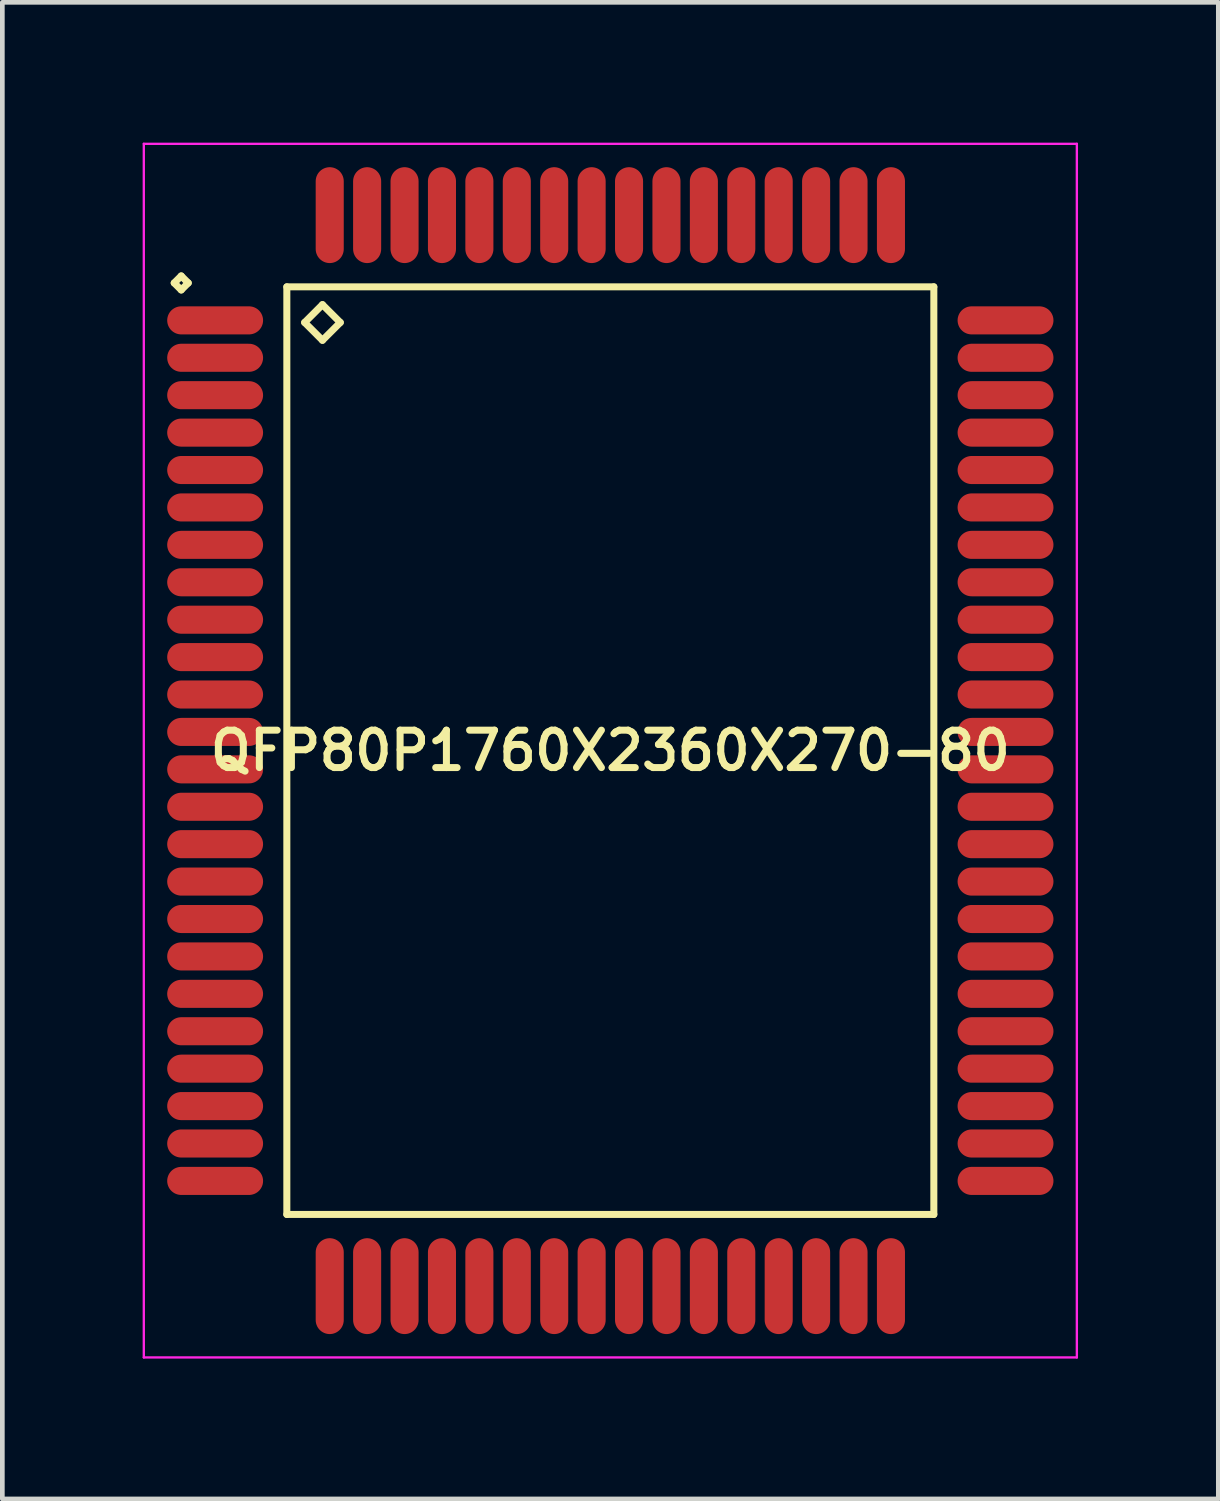
<source format=kicad_pcb>
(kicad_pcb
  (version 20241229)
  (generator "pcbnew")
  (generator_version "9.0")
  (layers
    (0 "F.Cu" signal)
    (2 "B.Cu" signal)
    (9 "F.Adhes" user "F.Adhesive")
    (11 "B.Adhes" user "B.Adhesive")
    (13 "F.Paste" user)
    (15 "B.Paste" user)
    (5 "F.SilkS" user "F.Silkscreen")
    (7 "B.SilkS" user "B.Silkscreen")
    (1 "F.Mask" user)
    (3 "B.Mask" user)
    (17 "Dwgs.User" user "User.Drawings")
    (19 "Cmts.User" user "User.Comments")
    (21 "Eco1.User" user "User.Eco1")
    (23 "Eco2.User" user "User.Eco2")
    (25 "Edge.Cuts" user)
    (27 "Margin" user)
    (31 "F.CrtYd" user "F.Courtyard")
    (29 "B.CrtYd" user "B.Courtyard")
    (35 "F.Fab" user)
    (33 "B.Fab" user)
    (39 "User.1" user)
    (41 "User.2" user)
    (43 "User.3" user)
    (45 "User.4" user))
  (footprint "QFP80P1760X2360X270-80"
    (layer "F.Cu")
    (at 10 13)
    (property "Reference" "QFP80P1760X2360X270-80" (at 0 0 0) (layer "F.SilkS") (effects (font (size 0.8 0.8) (thickness 0.15))))
    (attr smd)
    (fp_line (start -9.325 -10) (end -9.175 -10.15) (stroke (width 0.15) (type solid)) (layer "F.SilkS"))
    (fp_line (start -9.175 -10.15) (end -9.025 -10) (stroke (width 0.15) (type solid)) (layer "F.SilkS"))
    (fp_line (start -9.175 -9.85) (end -9.325 -10) (stroke (width 0.15) (type solid)) (layer "F.SilkS"))
    (fp_line (start -9.025 -10) (end -9.175 -9.85) (stroke (width 0.15) (type solid)) (layer "F.SilkS"))
    (fp_line (start -6.917 -9.917) (end -6.917 9.917) (stroke (width 0.15) (type solid)) (layer "F.SilkS"))
    (fp_line (start -6.917 9.917) (end 6.917 9.917) (stroke (width 0.15) (type solid)) (layer "F.SilkS"))
    (fp_line (start -6.536 -9.155) (end -6.155 -9.536) (stroke (width 0.15) (type solid)) (layer "F.SilkS"))
    (fp_line (start -6.155 -9.536) (end -5.774 -9.155) (stroke (width 0.15) (type solid)) (layer "F.SilkS"))
    (fp_line (start -6.155 -8.774) (end -6.536 -9.155) (stroke (width 0.15) (type solid)) (layer "F.SilkS"))
    (fp_line (start -5.774 -9.155) (end -6.155 -8.774) (stroke (width 0.15) (type solid)) (layer "F.SilkS"))
    (fp_line (start 6.917 -9.917) (end -6.917 -9.917) (stroke (width 0.15) (type solid)) (layer "F.SilkS"))
    (fp_line (start 6.917 9.917) (end 6.917 -9.917) (stroke (width 0.15) (type solid)) (layer "F.SilkS"))
    (fp_line (start -9.975 -12.975) (end 9.975 -12.975) (stroke (width 0.05) (type solid)) (layer "F.CrtYd"))
    (fp_line (start -9.975 12.975) (end -9.975 -12.975) (stroke (width 0.05) (type solid)) (layer "F.CrtYd"))
    (fp_line (start 9.975 -12.975) (end 9.975 12.975) (stroke (width 0.05) (type solid)) (layer "F.CrtYd"))
    (fp_line (start 9.975 12.975) (end -9.975 12.975) (stroke (width 0.05) (type solid)) (layer "F.CrtYd"))
    (pad "1" smd oval (at -8.45 -9.2) (size 2.05 0.6) (layers "F.Cu" "F.Mask" "F.Paste"))
    (pad "2" smd oval (at -8.45 -8.4) (size 2.05 0.6) (layers "F.Cu" "F.Mask" "F.Paste"))
    (pad "3" smd oval (at -8.45 -7.6) (size 2.05 0.6) (layers "F.Cu" "F.Mask" "F.Paste"))
    (pad "4" smd oval (at -8.45 -6.8) (size 2.05 0.6) (layers "F.Cu" "F.Mask" "F.Paste"))
    (pad "5" smd oval (at -8.45 -6) (size 2.05 0.6) (layers "F.Cu" "F.Mask" "F.Paste"))
    (pad "6" smd oval (at -8.45 -5.2) (size 2.05 0.6) (layers "F.Cu" "F.Mask" "F.Paste"))
    (pad "7" smd oval (at -8.45 -4.4) (size 2.05 0.6) (layers "F.Cu" "F.Mask" "F.Paste"))
    (pad "8" smd oval (at -8.45 -3.6) (size 2.05 0.6) (layers "F.Cu" "F.Mask" "F.Paste"))
    (pad "9" smd oval (at -8.45 -2.8) (size 2.05 0.6) (layers "F.Cu" "F.Mask" "F.Paste"))
    (pad "10" smd oval (at -8.45 -2) (size 2.05 0.6) (layers "F.Cu" "F.Mask" "F.Paste"))
    (pad "11" smd oval (at -8.45 -1.2) (size 2.05 0.6) (layers "F.Cu" "F.Mask" "F.Paste"))
    (pad "12" smd oval (at -8.45 -0.4) (size 2.05 0.6) (layers "F.Cu" "F.Mask" "F.Paste"))
    (pad "13" smd oval (at -8.45 0.4) (size 2.05 0.6) (layers "F.Cu" "F.Mask" "F.Paste"))
    (pad "14" smd oval (at -8.45 1.2) (size 2.05 0.6) (layers "F.Cu" "F.Mask" "F.Paste"))
    (pad "15" smd oval (at -8.45 2) (size 2.05 0.6) (layers "F.Cu" "F.Mask" "F.Paste"))
    (pad "16" smd oval (at -8.45 2.8) (size 2.05 0.6) (layers "F.Cu" "F.Mask" "F.Paste"))
    (pad "17" smd oval (at -8.45 3.6) (size 2.05 0.6) (layers "F.Cu" "F.Mask" "F.Paste"))
    (pad "18" smd oval (at -8.45 4.4) (size 2.05 0.6) (layers "F.Cu" "F.Mask" "F.Paste"))
    (pad "19" smd oval (at -8.45 5.2) (size 2.05 0.6) (layers "F.Cu" "F.Mask" "F.Paste"))
    (pad "20" smd oval (at -8.45 6) (size 2.05 0.6) (layers "F.Cu" "F.Mask" "F.Paste"))
    (pad "21" smd oval (at -8.45 6.8) (size 2.05 0.6) (layers "F.Cu" "F.Mask" "F.Paste"))
    (pad "22" smd oval (at -8.45 7.6) (size 2.05 0.6) (layers "F.Cu" "F.Mask" "F.Paste"))
    (pad "23" smd oval (at -8.45 8.4) (size 2.05 0.6) (layers "F.Cu" "F.Mask" "F.Paste"))
    (pad "24" smd oval (at -8.45 9.2) (size 2.05 0.6) (layers "F.Cu" "F.Mask" "F.Paste"))
    (pad "25" smd oval (at -6 11.45) (size 0.6 2.05) (layers "F.Cu" "F.Mask" "F.Paste"))
    (pad "26" smd oval (at -5.2 11.45) (size 0.6 2.05) (layers "F.Cu" "F.Mask" "F.Paste"))
    (pad "27" smd oval (at -4.4 11.45) (size 0.6 2.05) (layers "F.Cu" "F.Mask" "F.Paste"))
    (pad "28" smd oval (at -3.6 11.45) (size 0.6 2.05) (layers "F.Cu" "F.Mask" "F.Paste"))
    (pad "29" smd oval (at -2.8 11.45) (size 0.6 2.05) (layers "F.Cu" "F.Mask" "F.Paste"))
    (pad "30" smd oval (at -2 11.45) (size 0.6 2.05) (layers "F.Cu" "F.Mask" "F.Paste"))
    (pad "31" smd oval (at -1.2 11.45) (size 0.6 2.05) (layers "F.Cu" "F.Mask" "F.Paste"))
    (pad "32" smd oval (at -0.4 11.45) (size 0.6 2.05) (layers "F.Cu" "F.Mask" "F.Paste"))
    (pad "33" smd oval (at 0.4 11.45) (size 0.6 2.05) (layers "F.Cu" "F.Mask" "F.Paste"))
    (pad "34" smd oval (at 1.2 11.45) (size 0.6 2.05) (layers "F.Cu" "F.Mask" "F.Paste"))
    (pad "35" smd oval (at 2 11.45) (size 0.6 2.05) (layers "F.Cu" "F.Mask" "F.Paste"))
    (pad "36" smd oval (at 2.8 11.45) (size 0.6 2.05) (layers "F.Cu" "F.Mask" "F.Paste"))
    (pad "37" smd oval (at 3.6 11.45) (size 0.6 2.05) (layers "F.Cu" "F.Mask" "F.Paste"))
    (pad "38" smd oval (at 4.4 11.45) (size 0.6 2.05) (layers "F.Cu" "F.Mask" "F.Paste"))
    (pad "39" smd oval (at 5.2 11.45) (size 0.6 2.05) (layers "F.Cu" "F.Mask" "F.Paste"))
    (pad "40" smd oval (at 6 11.45) (size 0.6 2.05) (layers "F.Cu" "F.Mask" "F.Paste"))
    (pad "41" smd oval (at 8.45 9.2) (size 2.05 0.6) (layers "F.Cu" "F.Mask" "F.Paste"))
    (pad "42" smd oval (at 8.45 8.4) (size 2.05 0.6) (layers "F.Cu" "F.Mask" "F.Paste"))
    (pad "43" smd oval (at 8.45 7.6) (size 2.05 0.6) (layers "F.Cu" "F.Mask" "F.Paste"))
    (pad "44" smd oval (at 8.45 6.8) (size 2.05 0.6) (layers "F.Cu" "F.Mask" "F.Paste"))
    (pad "45" smd oval (at 8.45 6) (size 2.05 0.6) (layers "F.Cu" "F.Mask" "F.Paste"))
    (pad "46" smd oval (at 8.45 5.2) (size 2.05 0.6) (layers "F.Cu" "F.Mask" "F.Paste"))
    (pad "47" smd oval (at 8.45 4.4) (size 2.05 0.6) (layers "F.Cu" "F.Mask" "F.Paste"))
    (pad "48" smd oval (at 8.45 3.6) (size 2.05 0.6) (layers "F.Cu" "F.Mask" "F.Paste"))
    (pad "49" smd oval (at 8.45 2.8) (size 2.05 0.6) (layers "F.Cu" "F.Mask" "F.Paste"))
    (pad "50" smd oval (at 8.45 2) (size 2.05 0.6) (layers "F.Cu" "F.Mask" "F.Paste"))
    (pad "51" smd oval (at 8.45 1.2) (size 2.05 0.6) (layers "F.Cu" "F.Mask" "F.Paste"))
    (pad "52" smd oval (at 8.45 0.4) (size 2.05 0.6) (layers "F.Cu" "F.Mask" "F.Paste"))
    (pad "53" smd oval (at 8.45 -0.4) (size 2.05 0.6) (layers "F.Cu" "F.Mask" "F.Paste"))
    (pad "54" smd oval (at 8.45 -1.2) (size 2.05 0.6) (layers "F.Cu" "F.Mask" "F.Paste"))
    (pad "55" smd oval (at 8.45 -2) (size 2.05 0.6) (layers "F.Cu" "F.Mask" "F.Paste"))
    (pad "56" smd oval (at 8.45 -2.8) (size 2.05 0.6) (layers "F.Cu" "F.Mask" "F.Paste"))
    (pad "57" smd oval (at 8.45 -3.6) (size 2.05 0.6) (layers "F.Cu" "F.Mask" "F.Paste"))
    (pad "58" smd oval (at 8.45 -4.4) (size 2.05 0.6) (layers "F.Cu" "F.Mask" "F.Paste"))
    (pad "59" smd oval (at 8.45 -5.2) (size 2.05 0.6) (layers "F.Cu" "F.Mask" "F.Paste"))
    (pad "60" smd oval (at 8.45 -6) (size 2.05 0.6) (layers "F.Cu" "F.Mask" "F.Paste"))
    (pad "61" smd oval (at 8.45 -6.8) (size 2.05 0.6) (layers "F.Cu" "F.Mask" "F.Paste"))
    (pad "62" smd oval (at 8.45 -7.6) (size 2.05 0.6) (layers "F.Cu" "F.Mask" "F.Paste"))
    (pad "63" smd oval (at 8.45 -8.4) (size 2.05 0.6) (layers "F.Cu" "F.Mask" "F.Paste"))
    (pad "64" smd oval (at 8.45 -9.2) (size 2.05 0.6) (layers "F.Cu" "F.Mask" "F.Paste"))
    (pad "65" smd oval (at 6 -11.45) (size 0.6 2.05) (layers "F.Cu" "F.Mask" "F.Paste"))
    (pad "66" smd oval (at 5.2 -11.45) (size 0.6 2.05) (layers "F.Cu" "F.Mask" "F.Paste"))
    (pad "67" smd oval (at 4.4 -11.45) (size 0.6 2.05) (layers "F.Cu" "F.Mask" "F.Paste"))
    (pad "68" smd oval (at 3.6 -11.45) (size 0.6 2.05) (layers "F.Cu" "F.Mask" "F.Paste"))
    (pad "69" smd oval (at 2.8 -11.45) (size 0.6 2.05) (layers "F.Cu" "F.Mask" "F.Paste"))
    (pad "70" smd oval (at 2 -11.45) (size 0.6 2.05) (layers "F.Cu" "F.Mask" "F.Paste"))
    (pad "71" smd oval (at 1.2 -11.45) (size 0.6 2.05) (layers "F.Cu" "F.Mask" "F.Paste"))
    (pad "72" smd oval (at 0.4 -11.45) (size 0.6 2.05) (layers "F.Cu" "F.Mask" "F.Paste"))
    (pad "73" smd oval (at -0.4 -11.45) (size 0.6 2.05) (layers "F.Cu" "F.Mask" "F.Paste"))
    (pad "74" smd oval (at -1.2 -11.45) (size 0.6 2.05) (layers "F.Cu" "F.Mask" "F.Paste"))
    (pad "75" smd oval (at -2 -11.45) (size 0.6 2.05) (layers "F.Cu" "F.Mask" "F.Paste"))
    (pad "76" smd oval (at -2.8 -11.45) (size 0.6 2.05) (layers "F.Cu" "F.Mask" "F.Paste"))
    (pad "77" smd oval (at -3.6 -11.45) (size 0.6 2.05) (layers "F.Cu" "F.Mask" "F.Paste"))
    (pad "78" smd oval (at -4.4 -11.45) (size 0.6 2.05) (layers "F.Cu" "F.Mask" "F.Paste"))
    (pad "79" smd oval (at -5.2 -11.45) (size 0.6 2.05) (layers "F.Cu" "F.Mask" "F.Paste"))
    (pad "80" smd oval (at -6 -11.45) (size 0.6 2.05) (layers "F.Cu" "F.Mask" "F.Paste")))
  (gr_rect
    (start -3 -3)
    (end 23 29)
    (stroke (width 0.1) (type default))
    (fill no)
    (layer "Edge.Cuts")))
</source>
